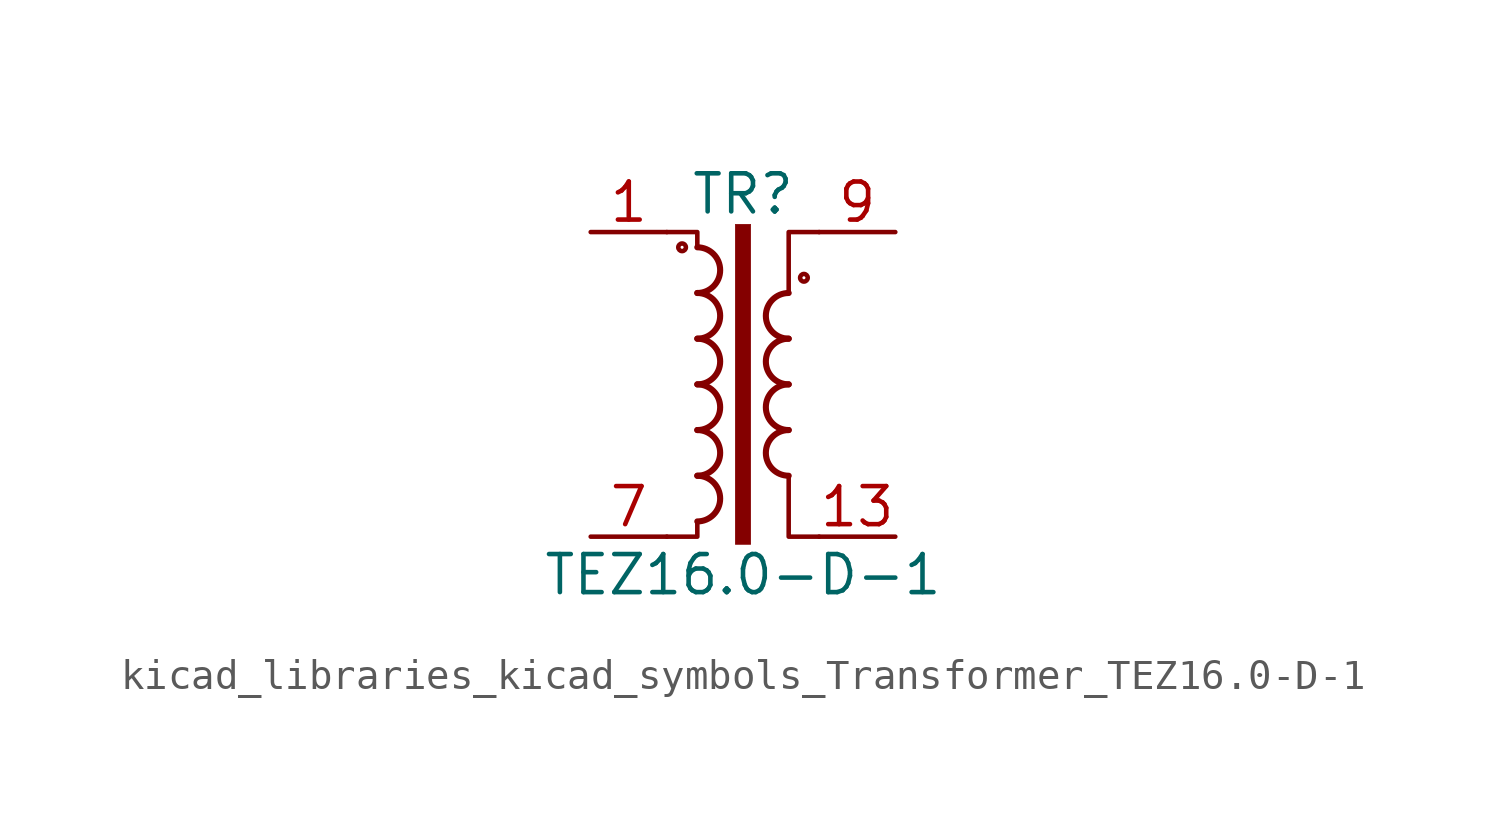
<source format=kicad_sym>
(kicad_symbol_lib
  (version 20220914)
  (generator kicad_symbol_editor)
  (symbol "kicad_libraries_kicad_symbols_Transformer_TEZ16.0-D-1"
    (pin_names
      (offset 0.025))
    (property "Reference" "TR"
      (at 0 6.35 0)
      (effects (font (size 1.27 1.27))))
    (property "Value" "TEZ16.0-D-1"
      (at 0 -6.35 0)
      (effects (font (size 1.27 1.27))))
    (symbol "kicad_libraries_kicad_symbols_Transformer_TEZ16.0-D-1_0_1"
      (circle (center -2.032 4.572) (radius 0.127) (stroke (width 0) (type default)) (fill (type none)))
      (arc (start -1.524 -4.572) (mid -0.7653 -3.81) (end -1.524 -3.048) (stroke (width 0.2032) (type default)) (fill (type none)))
      (arc (start -1.524 -3.048) (mid -0.7653 -2.286) (end -1.524 -1.524) (stroke (width 0.2032) (type default)) (fill (type none)))
      (arc (start -1.524 -1.524) (mid -0.7653 -0.762) (end -1.524 0) (stroke (width 0.2032) (type default)) (fill (type none)))
      (arc (start -1.524 0) (mid -0.7653 0.762) (end -1.524 1.524) (stroke (width 0.2032) (type default)) (fill (type none)))
      (arc (start -1.524 1.524) (mid -0.7653 2.286) (end -1.524 3.048) (stroke (width 0.2032) (type default)) (fill (type none)))
      (arc (start -1.524 3.048) (mid -0.7653 3.81) (end -1.524 4.572) (stroke (width 0.2032) (type default)) (fill (type none)))
      (rectangle (start -0.254 5.334) (end 0.254 -5.334) (stroke (width 0.025) (type default)) (fill (type outline)))
      (polyline (pts (xy -1.524 -4.572) (xy -1.524 -5.08) (xy -2.54 -5.08)) (stroke (width 0) (type default)) (fill (type none)))
      (polyline (pts (xy -1.524 4.572) (xy -1.524 5.08) (xy -2.54 5.08)) (stroke (width 0) (type default)) (fill (type none)))
      (polyline (pts (xy 1.524 3.048) (xy 1.524 5.08) (xy 2.54 5.08) (xy 2.54 5.08)) (stroke (width 0.152) (type default)) (fill (type none)))
      (polyline (pts (xy 2.54 -5.08) (xy 1.524 -5.08) (xy 1.524 -3.048) (xy 1.524 -3.048)) (stroke (width 0.152) (type default)) (fill (type none)))
      (arc (start 1.524 -1.524) (mid 0.7653 -2.286) (end 1.524 -3.048) (stroke (width 0.2032) (type default)) (fill (type none)))
      (arc (start 1.524 0) (mid 0.7653 -0.762) (end 1.524 -1.524) (stroke (width 0.2032) (type default)) (fill (type none)))
      (arc (start 1.524 1.524) (mid 0.7653 0.762) (end 1.524 0) (stroke (width 0.2032) (type default)) (fill (type none)))
      (arc (start 1.524 3.048) (mid 0.7653 2.286) (end 1.524 1.524) (stroke (width 0.2032) (type default)) (fill (type none)))
      (circle (center 2.032 3.556) (radius 0.127) (stroke (width 0) (type default)) (fill (type none))))
    (symbol "kicad_libraries_kicad_symbols_Transformer_TEZ16.0-D-1_1_1"
      (pin passive line (at -5.08 5.08 0) (length 2.54) (name "~" (effects (font (size 1.27 1.27)))) (number "1" (effects (font (size 1.27 1.27)))))
      (pin passive line (at 5.08 -5.08 180) (length 2.54) (name "~" (effects (font (size 1.27 1.27)))) (number "13" (effects (font (size 1.27 1.27)))))
      (pin passive line (at -5.08 -5.08 0) (length 2.54) (name "~" (effects (font (size 1.27 1.27)))) (number "7" (effects (font (size 1.27 1.27)))))
      (pin passive line (at 5.08 5.08 180) (length 2.54) (name "~" (effects (font (size 1.27 1.27)))) (number "9" (effects (font (size 1.27 1.27))))))))
</source>
